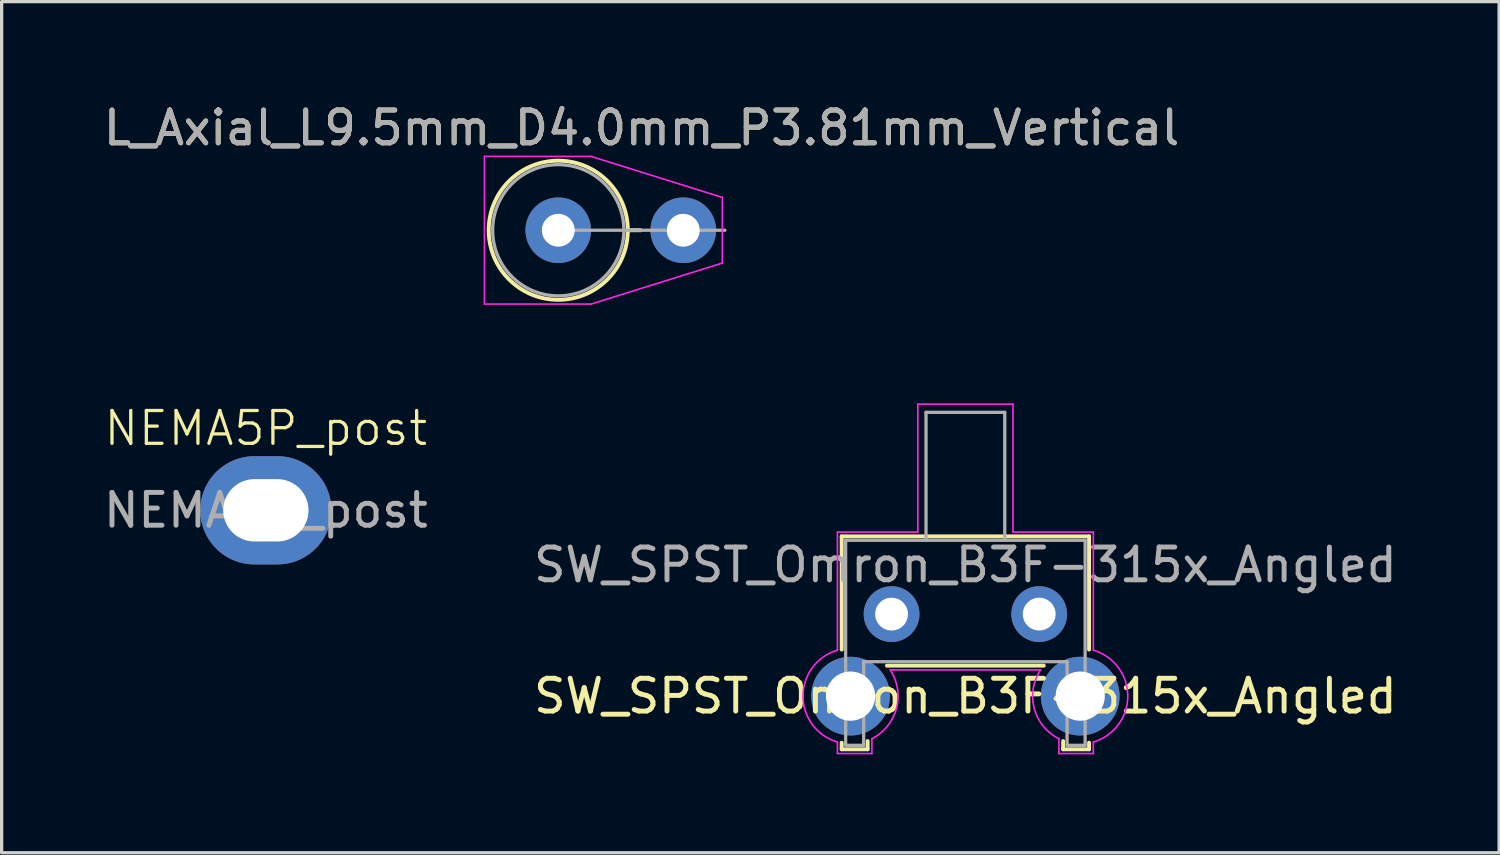
<source format=kicad_pcb>
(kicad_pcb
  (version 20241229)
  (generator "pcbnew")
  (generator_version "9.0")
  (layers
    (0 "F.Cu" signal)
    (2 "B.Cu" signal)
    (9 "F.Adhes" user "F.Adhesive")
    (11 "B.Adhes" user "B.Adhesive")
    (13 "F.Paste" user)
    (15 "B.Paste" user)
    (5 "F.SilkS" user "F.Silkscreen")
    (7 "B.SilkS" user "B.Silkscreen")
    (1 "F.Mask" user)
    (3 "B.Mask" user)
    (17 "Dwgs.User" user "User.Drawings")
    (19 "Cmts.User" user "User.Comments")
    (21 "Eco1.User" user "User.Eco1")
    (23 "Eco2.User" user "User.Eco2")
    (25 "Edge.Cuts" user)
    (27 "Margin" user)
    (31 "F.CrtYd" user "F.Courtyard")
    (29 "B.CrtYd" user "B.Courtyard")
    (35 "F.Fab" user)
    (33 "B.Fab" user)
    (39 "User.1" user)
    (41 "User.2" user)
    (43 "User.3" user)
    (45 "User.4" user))
  (footprint "L_Axial_L9.5mm_D4.0mm_P3.81mm_Vertical"
    (layer "F.Cu")
    (at 13.966 3.968)
    (property "Reference" "L_Axial_L9.5mm_D4.0mm_P3.81mm_Vertical" (at 2.54 -3.12 0) (layer "F.SilkS") (effects (font (size 1 1) (thickness 0.15))))
    (attr through_hole)
    (fp_line (start 2.12 0) (end 2.51 0) (stroke (width 0.12) (type solid)) (layer "F.SilkS"))
    (fp_circle (center 0 0) (end 2.12 0) (stroke (width 0.12) (type solid)) (fill no) (layer "F.SilkS"))
    (fp_line (start -2.25 -2.25) (end -2.25 2.25) (stroke (width 0.05) (type default)) (layer "F.CrtYd"))
    (fp_line (start -2.25 -2.25) (end 1 -2.25) (stroke (width 0.05) (type solid)) (layer "F.CrtYd"))
    (fp_line (start -2.25 2.25) (end 1 2.25) (stroke (width 0.05) (type solid)) (layer "F.CrtYd"))
    (fp_line (start 1 -2.25) (end 5 -1) (stroke (width 0.05) (type solid)) (layer "F.CrtYd"))
    (fp_line (start 1 2.25) (end 5 1) (stroke (width 0.05) (type solid)) (layer "F.CrtYd"))
    (fp_line (start 5 -1) (end 5 1) (stroke (width 0.05) (type solid)) (layer "F.CrtYd"))
    (fp_line (start 0 0) (end 5.08 0) (stroke (width 0.1) (type solid)) (layer "F.Fab"))
    (fp_circle (center 0 0) (end 2 0) (stroke (width 0.1) (type solid)) (fill no) (layer "F.Fab"))
    (fp_text user "${REFERENCE}" (at 2.54 -3.12 0) (layer "F.Fab") (effects (font (size 1 1) (thickness 0.15))))
    (pad "1" thru_hole circle (at 0 0) (size 2 2) (drill 1) (layers "*.Cu" "*.Mask"))
    (pad "2" thru_hole circle (at 3.81 0) (size 2 2) (drill 1) (layers "*.Cu" "*.Mask")))
  (footprint "NEMA5P_post"
    (layer "F.Cu")
    (at 5.054 12.504)
    (property "Reference" "NEMA5P_post" (at 0 -2.5 0) (unlocked yes) (layer "F.SilkS") (effects (font (size 1 1) (thickness 0.1))))
    (attr through_hole)
    (fp_text user "${REFERENCE}" (at 0 0 0) (unlocked yes) (layer "F.Fab") (effects (font (size 1 1) (thickness 0.15))))
    (pad "1" thru_hole oval (at 0 0) (size 4 3.3) (drill oval 2.6 1.9) (layers "*.Cu" "*.Mask")))
  (footprint "SW_SPST_Omron_B3F-315x_Angled"
    (layer "F.Cu")
    (at 24.125 15.668)
    (property "Reference" "SW_SPST_Omron_B3F-315x_Angled" (at 2.25 2.5 0) (layer "F.SilkS") (effects (font (size 1 1) (thickness 0.15))))
    (attr through_hole)
    (fp_line (start -1.52 -2.37) (end -1.52 1.08) (stroke (width 0.12) (type solid)) (layer "F.SilkS"))
    (fp_line (start -1.52 3.92) (end -1.52 4.12) (stroke (width 0.12) (type solid)) (layer "F.SilkS"))
    (fp_line (start -0.73 4.12) (end -1.52 4.12) (stroke (width 0.12) (type solid)) (layer "F.SilkS"))
    (fp_line (start -0.73 4.12) (end -0.73 3.87) (stroke (width 0.12) (type solid)) (layer "F.SilkS"))
    (fp_line (start -0.14 1.57) (end 4.64 1.57) (stroke (width 0.12) (type solid)) (layer "F.SilkS"))
    (fp_line (start 5.23 4.12) (end 5.23 3.87) (stroke (width 0.12) (type solid)) (layer "F.SilkS"))
    (fp_line (start 6.02 -2.37) (end -1.52 -2.37) (stroke (width 0.12) (type solid)) (layer "F.SilkS"))
    (fp_line (start 6.02 1.08) (end 6.02 -2.37) (stroke (width 0.12) (type solid)) (layer "F.SilkS"))
    (fp_line (start 6.02 3.92) (end 6.02 4.12) (stroke (width 0.12) (type solid)) (layer "F.SilkS"))
    (fp_line (start 6.02 4.12) (end 5.23 4.12) (stroke (width 0.12) (type solid)) (layer "F.SilkS"))
    (fp_line (start -1.65 1.1) (end -1.65 -2.5) (stroke (width 0.05) (type solid)) (layer "F.CrtYd"))
    (fp_line (start -1.65 4.25) (end -1.65 3.9) (stroke (width 0.05) (type solid)) (layer "F.CrtYd"))
    (fp_line (start -0.6 4.25) (end -1.65 4.25) (stroke (width 0.05) (type solid)) (layer "F.CrtYd"))
    (fp_line (start -0.6 4.25) (end -0.6 3.8) (stroke (width 0.05) (type solid)) (layer "F.CrtYd"))
    (fp_line (start -0.04 1.7) (end 4.54 1.7) (stroke (width 0.05) (type solid)) (layer "F.CrtYd"))
    (fp_line (start 0.8 -6.4) (end 0.8 -2.5) (stroke (width 0.05) (type solid)) (layer "F.CrtYd"))
    (fp_line (start 0.8 -2.5) (end -1.65 -2.5) (stroke (width 0.05) (type solid)) (layer "F.CrtYd"))
    (fp_line (start 3.7 -6.4) (end 0.8 -6.4) (stroke (width 0.05) (type solid)) (layer "F.CrtYd"))
    (fp_line (start 3.7 -2.5) (end 3.7 -6.4) (stroke (width 0.05) (type solid)) (layer "F.CrtYd"))
    (fp_line (start 5.1 4.25) (end 5.1 3.8) (stroke (width 0.05) (type solid)) (layer "F.CrtYd"))
    (fp_line (start 5.1 4.25) (end 6.15 4.25) (stroke (width 0.05) (type solid)) (layer "F.CrtYd"))
    (fp_line (start 6.15 -2.5) (end 3.7 -2.5) (stroke (width 0.05) (type solid)) (layer "F.CrtYd"))
    (fp_line (start 6.15 1.1) (end 6.15 -2.5) (stroke (width 0.05) (type solid)) (layer "F.CrtYd"))
    (fp_line (start 6.15 4.25) (end 6.15 3.9) (stroke (width 0.05) (type solid)) (layer "F.CrtYd"))
    (fp_arc (start -1.65 3.9) (mid -2.7 2.5) (end -1.65 1.1) (stroke (width 0.05) (type solid)) (layer "F.CrtYd"))
    (fp_arc (start -0.04 1.7) (mid 0.15 2.87) (end -0.6 3.8) (stroke (width 0.05) (type solid)) (layer "F.CrtYd"))
    (fp_arc (start 5.1 3.8) (mid 4.35 2.88) (end 4.54 1.7) (stroke (width 0.05) (type solid)) (layer "F.CrtYd"))
    (fp_arc (start 6.15 1.1) (mid 7.2 2.5) (end 6.15 3.9) (stroke (width 0.05) (type solid)) (layer "F.CrtYd"))
    (fp_line (start -1.4 4) (end -1.4 -2.25) (stroke (width 0.1) (type solid)) (layer "F.Fab"))
    (fp_line (start -0.85 1.45) (end -0.85 4) (stroke (width 0.1) (type solid)) (layer "F.Fab"))
    (fp_line (start -0.85 4) (end -1.4 4) (stroke (width 0.1) (type solid)) (layer "F.Fab"))
    (fp_line (start 1.05 -6.15) (end 3.45 -6.15) (stroke (width 0.1) (type solid)) (layer "F.Fab"))
    (fp_line (start 1.05 -2.25) (end 1.05 -6.15) (stroke (width 0.1) (type solid)) (layer "F.Fab"))
    (fp_line (start 3.45 -2.25) (end 3.45 -6.15) (stroke (width 0.1) (type solid)) (layer "F.Fab"))
    (fp_line (start 5.35 1.45) (end -0.85 1.45) (stroke (width 0.1) (type solid)) (layer "F.Fab"))
    (fp_line (start 5.35 1.45) (end 5.35 4) (stroke (width 0.1) (type solid)) (layer "F.Fab"))
    (fp_line (start 5.9 -2.25) (end -1.4 -2.25) (stroke (width 0.1) (type solid)) (layer "F.Fab"))
    (fp_line (start 5.9 -2.25) (end 5.9 4) (stroke (width 0.1) (type solid)) (layer "F.Fab"))
    (fp_line (start 5.9 4) (end 5.35 4) (stroke (width 0.1) (type solid)) (layer "F.Fab"))
    (fp_text user "${REFERENCE}" (at 2.25 -1.5 0) (layer "F.Fab") (effects (font (size 1 1) (thickness 0.15))))
    (pad "1" thru_hole circle (at 0 0 180) (size 1.7 1.7) (drill 1) (layers "*.Cu" "*.Mask"))
    (pad "2" thru_hole circle (at 4.5 0 180) (size 1.7 1.7) (drill 1) (layers "*.Cu" "*.Mask"))
    (pad "3" thru_hole circle (at -1.25 2.5 180) (size 2.4 2.4) (drill 1.5) (layers "*.Cu" "*.Mask"))
    (pad "3" thru_hole circle (at 5.75 2.5 180) (size 2.4 2.4) (drill 1.5) (layers "*.Cu" "*.Mask")))
  (gr_rect
    (start -3 -3)
    (end 42.643 22.943)
    (stroke (width 0.1) (type default))
    (fill no)
    (layer "Edge.Cuts")))
</source>
